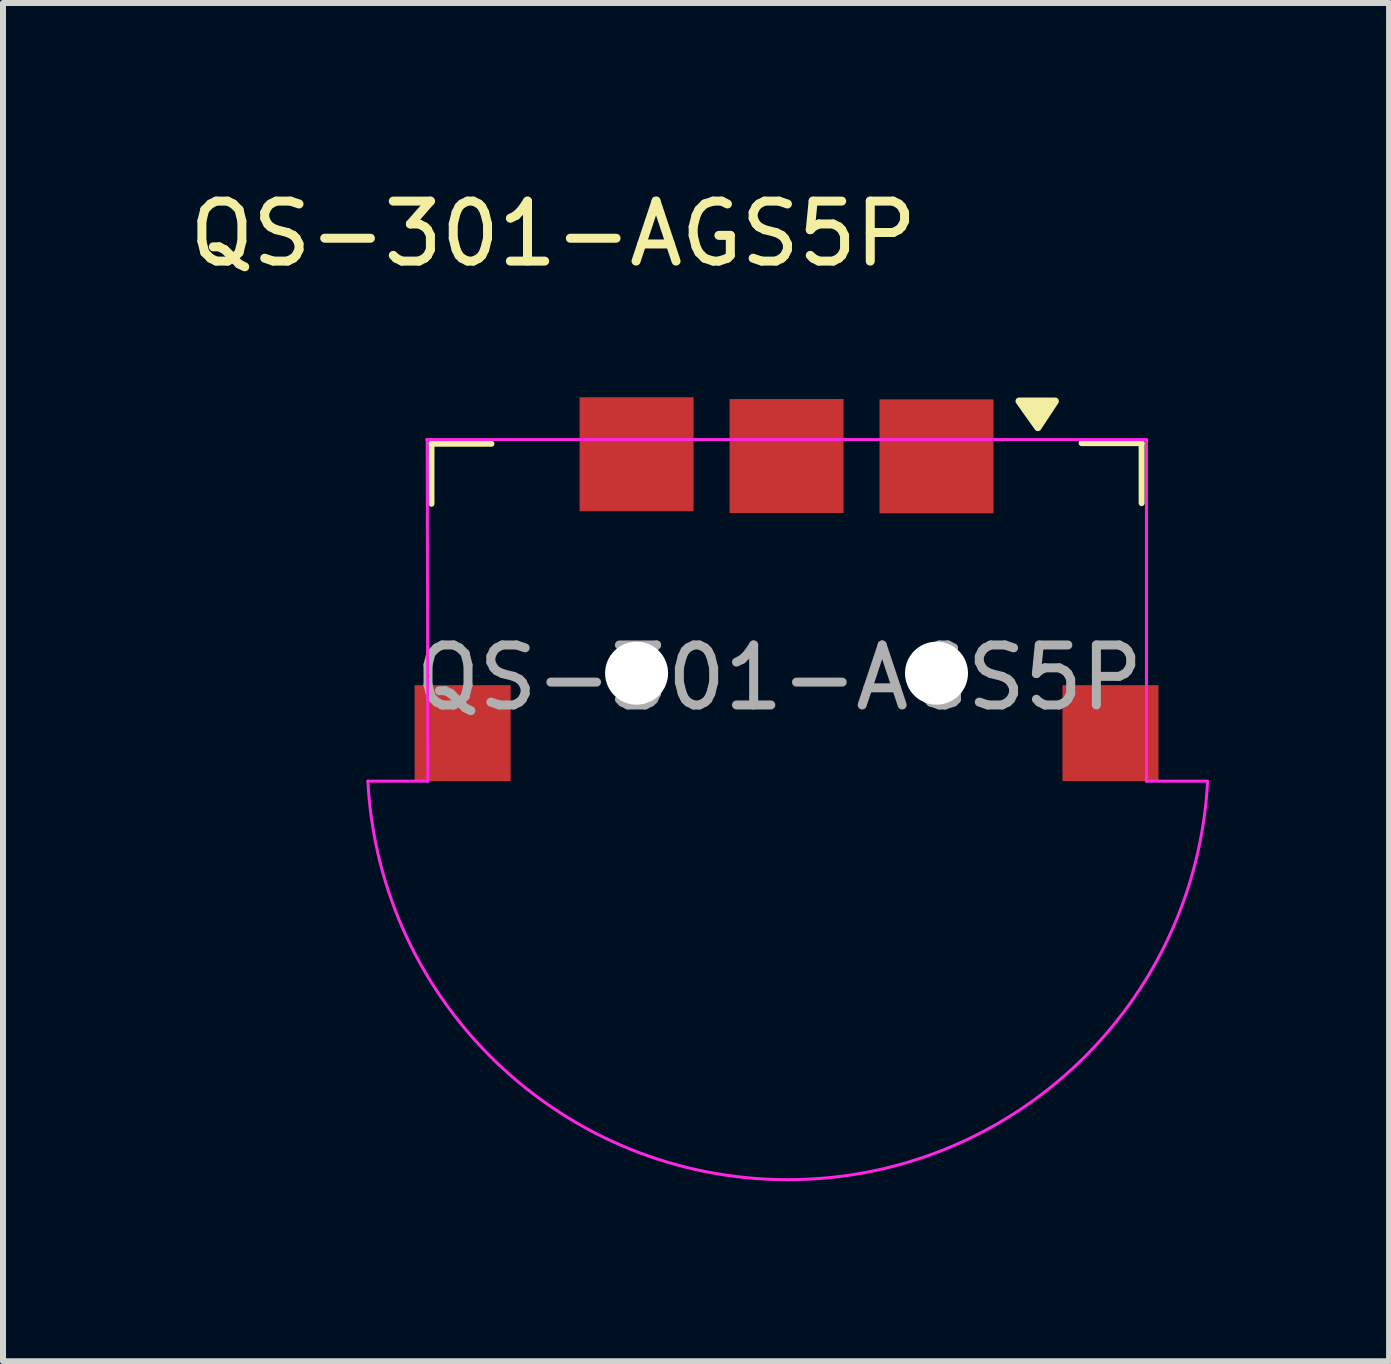
<source format=kicad_pcb>
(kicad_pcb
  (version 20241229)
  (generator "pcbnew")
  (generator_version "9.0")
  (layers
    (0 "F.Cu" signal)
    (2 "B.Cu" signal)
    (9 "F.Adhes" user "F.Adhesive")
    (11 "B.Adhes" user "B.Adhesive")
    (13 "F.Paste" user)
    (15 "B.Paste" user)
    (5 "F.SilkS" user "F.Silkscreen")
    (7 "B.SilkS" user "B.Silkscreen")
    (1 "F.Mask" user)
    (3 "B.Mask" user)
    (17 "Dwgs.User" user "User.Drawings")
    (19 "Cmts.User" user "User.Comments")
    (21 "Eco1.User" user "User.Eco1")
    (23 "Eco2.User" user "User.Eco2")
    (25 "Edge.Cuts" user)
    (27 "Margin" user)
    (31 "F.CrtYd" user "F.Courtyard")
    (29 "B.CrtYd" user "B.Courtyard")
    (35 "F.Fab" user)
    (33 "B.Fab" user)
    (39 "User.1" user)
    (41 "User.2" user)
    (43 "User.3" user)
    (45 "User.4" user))
  (footprint "QS-301-AGS5P"
    (layer "F.Cu")
    (at 10.063 7.928)
    (property "Reference" "QS-301-AGS5P" (at -3.89 -7.08 0) (layer "F.SilkS") (effects (font (size 1 1) (thickness 0.15))))
    (attr smd)
    (fp_line (start -5.92 -3.58) (end -4.92 -3.58) (stroke (width 0.1) (type solid)) (layer "F.SilkS"))
    (fp_line (start -5.92 -2.58) (end -5.92 -3.58) (stroke (width 0.1) (type solid)) (layer "F.SilkS"))
    (fp_line (start 4.92 -3.59) (end 5.92 -3.59) (stroke (width 0.1) (type solid)) (layer "F.SilkS"))
    (fp_line (start 5.92 -2.59) (end 5.92 -3.59) (stroke (width 0.1) (type solid)) (layer "F.SilkS"))
    (fp_poly (pts (xy 4.48 -4.29) (xy 4.19 -4.29) (xy 3.877 -4.291) (xy 4.19 -3.85)) (stroke (width 0.12) (type solid)) (fill yes) (layer "F.SilkS"))
    (fp_line (start -6.98 2.045) (end -5.98 2.045) (stroke (width 0.05) (type solid)) (layer "F.CrtYd"))
    (fp_line (start -5.991 -3.645) (end -5.98 2.045) (stroke (width 0.05) (type solid)) (layer "F.CrtYd"))
    (fp_line (start 6 -3.65) (end -6 -3.65) (stroke (width 0.05) (type solid)) (layer "F.CrtYd"))
    (fp_line (start 6 2.045) (end 6 -3.645) (stroke (width 0.05) (type solid)) (layer "F.CrtYd"))
    (fp_line (start 6 2.045) (end 7 2.045) (stroke (width 0.05) (type solid)) (layer "F.CrtYd"))
    (fp_arc (start 7.019946 2.046041) (mid 0.019479 8.690258) (end -6.98 2.045) (stroke (width 0.05) (type solid)) (layer "F.CrtYd"))
    (fp_text user "${REFERENCE}" (at -0.12 0.32 0) (layer "F.Fab") (effects (font (size 1 1) (thickness 0.15))))
    (pad "" np_thru_hole circle (at -2.5 0.245) (size 1.05 1.05) (drill 1.05) (layers "*.Cu" "*.Mask"))
    (pad "" np_thru_hole circle (at 2.5 0.245) (size 1.05 1.05) (drill 1.05) (layers "*.Cu" "*.Mask"))
    (pad "1" smd rect (at 2.5 -3.37) (size 1.9 1.9) (layers "F.Cu" "F.Mask" "F.Paste"))
    (pad "2" smd rect (at 0 -3.375) (size 1.9 1.9) (layers "F.Cu" "F.Mask" "F.Paste"))
    (pad "3" smd rect (at -2.5 -3.405) (size 1.9 1.9) (layers "F.Cu" "F.Mask" "F.Paste"))
    (pad "4" smd rect (at -5.4 1.245) (size 1.6 1.6) (layers "F.Cu" "F.Mask" "F.Paste"))
    (pad "5" smd rect (at 5.4 1.245) (size 1.6 1.6) (layers "F.Cu" "F.Mask" "F.Paste")))
  (gr_rect
    (start -3 -3)
    (end 20.108 19.644)
    (stroke (width 0.1) (type default))
    (fill no)
    (layer "Edge.Cuts")))
</source>
